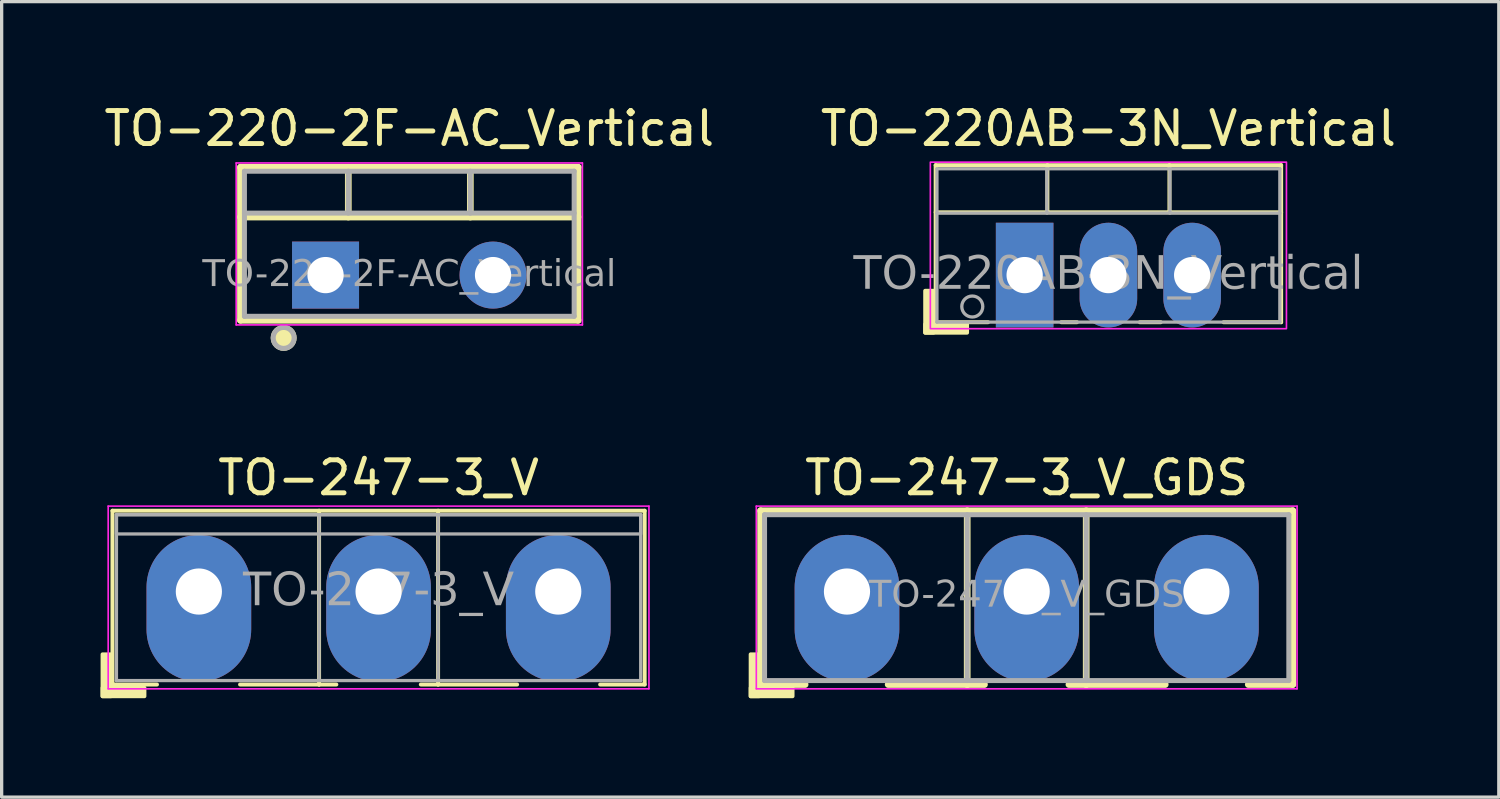
<source format=kicad_pcb>
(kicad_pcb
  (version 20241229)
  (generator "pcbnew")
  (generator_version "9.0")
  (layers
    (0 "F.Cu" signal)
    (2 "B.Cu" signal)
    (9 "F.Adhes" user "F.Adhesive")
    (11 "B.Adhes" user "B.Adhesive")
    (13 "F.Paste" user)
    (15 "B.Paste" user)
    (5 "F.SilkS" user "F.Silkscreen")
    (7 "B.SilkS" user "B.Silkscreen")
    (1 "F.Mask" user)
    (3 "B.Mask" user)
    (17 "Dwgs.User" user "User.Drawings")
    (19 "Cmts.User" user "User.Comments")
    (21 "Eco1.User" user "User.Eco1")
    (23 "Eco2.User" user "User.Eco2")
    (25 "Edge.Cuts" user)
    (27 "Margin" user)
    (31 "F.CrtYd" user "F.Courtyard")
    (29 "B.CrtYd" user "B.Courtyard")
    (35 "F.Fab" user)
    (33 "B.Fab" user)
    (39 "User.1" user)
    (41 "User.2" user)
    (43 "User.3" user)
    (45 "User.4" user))
  (footprint "TO-220-2F-AC_Vertical"
    (layer "F.Cu")
    (at 9.363 5.293)
    (property "Reference" "TO-220-2F-AC_Vertical" (at 0 -4.445 0) (layer "F.SilkS") (effects (font (size 1 1) (thickness 0.15))))
    (attr through_hole)
    (fp_line (start -5.12 -3.27) (end -5.12 1.371) (stroke (width 0.203) (type solid)) (layer "F.SilkS"))
    (fp_line (start -5.12 -3.27) (end 5.12 -3.27) (stroke (width 0.203) (type solid)) (layer "F.SilkS"))
    (fp_line (start -5.12 -1.76) (end 5.12 -1.76) (stroke (width 0.203) (type solid)) (layer "F.SilkS"))
    (fp_line (start -5.12 1.371) (end 5.12 1.371) (stroke (width 0.203) (type solid)) (layer "F.SilkS"))
    (fp_line (start -1.85 -3.27) (end -1.85 -1.76) (stroke (width 0.203) (type solid)) (layer "F.SilkS"))
    (fp_line (start 1.851 -3.27) (end 1.851 -1.76) (stroke (width 0.203) (type solid)) (layer "F.SilkS"))
    (fp_line (start 5.12 -3.27) (end 5.12 1.371) (stroke (width 0.203) (type solid)) (layer "F.SilkS"))
    (fp_circle (center -3.81 1.905) (end -3.493 1.905) (stroke (width 0.152) (type solid)) (fill yes) (layer "F.SilkS"))
    (fp_line (start -5.25 -3.4) (end -5.25 1.51) (stroke (width 0.05) (type solid)) (layer "F.CrtYd"))
    (fp_line (start -5.25 1.51) (end 5.25 1.51) (stroke (width 0.05) (type solid)) (layer "F.CrtYd"))
    (fp_line (start 5.25 -3.4) (end -5.25 -3.4) (stroke (width 0.05) (type solid)) (layer "F.CrtYd"))
    (fp_line (start 5.25 1.51) (end 5.25 -3.4) (stroke (width 0.05) (type solid)) (layer "F.CrtYd"))
    (fp_line (start -5 -3.15) (end -5 1.25) (stroke (width 0.152) (type solid)) (layer "F.Fab"))
    (fp_line (start -5 -1.88) (end 5 -1.88) (stroke (width 0.152) (type solid)) (layer "F.Fab"))
    (fp_line (start -5 1.25) (end 5 1.25) (stroke (width 0.152) (type solid)) (layer "F.Fab"))
    (fp_line (start -1.85 -3.15) (end -1.85 -1.88) (stroke (width 0.152) (type solid)) (layer "F.Fab"))
    (fp_line (start 1.85 -3.15) (end 1.85 -1.88) (stroke (width 0.152) (type solid)) (layer "F.Fab"))
    (fp_line (start 5 -3.15) (end -5 -3.15) (stroke (width 0.152) (type solid)) (layer "F.Fab"))
    (fp_line (start 5 1.25) (end 5 -3.15) (stroke (width 0.152) (type solid)) (layer "F.Fab"))
    (fp_circle (center -3.81 1.905) (end -3.493 1.905) (stroke (width 0.152) (type solid)) (fill no) (layer "F.Fab"))
    (fp_text user "${REFERENCE}" (at 0 0 0) (layer "F.Fab") (effects (font (face "Tahoma") (size 0.8 0.8) (thickness 0.12))))
    (pad "1" thru_hole rect (at -2.54 0 90) (size 2.032 2.032) (drill 1.1) (layers "*.Cu" "*.Mask"))
    (pad "2" thru_hole circle (at 2.54 0) (size 2.032 2.032) (drill 1.1) (layers "*.Cu" "*.Mask")))
  (footprint "TO-247-3_V_GDS"
    (layer "F.Cu")
    (at 28.087 14.89)
    (property "Reference" "TO-247-3_V_GDS" (at 0 -3.45 0) (layer "F.SilkS") (effects (font (size 1 1) (thickness 0.15))))
    (attr through_hole)
    (fp_line (start -8.07 -2.451) (end -8.07 2.82) (stroke (width 0.203) (type solid)) (layer "F.SilkS"))
    (fp_line (start -8.07 -2.451) (end 8.07 -2.451) (stroke (width 0.203) (type solid)) (layer "F.SilkS"))
    (fp_line (start -8.07 2.82) (end -6.72 2.82) (stroke (width 0.203) (type solid)) (layer "F.SilkS"))
    (fp_line (start -4.201 2.82) (end -1.804 2.82) (stroke (width 0.203) (type solid)) (layer "F.SilkS"))
    (fp_line (start -1.804 -2.451) (end -1.804 2.82) (stroke (width 0.203) (type solid)) (layer "F.SilkS"))
    (fp_line (start -1.28 2.82) (end -1.804 2.82) (stroke (width 0.203) (type solid)) (layer "F.SilkS"))
    (fp_line (start 1.281 2.82) (end 1.805 2.82) (stroke (width 0.203) (type solid)) (layer "F.SilkS"))
    (fp_line (start 1.805 -2.451) (end 1.805 2.82) (stroke (width 0.203) (type solid)) (layer "F.SilkS"))
    (fp_line (start 4.202 2.82) (end 1.805 2.82) (stroke (width 0.203) (type solid)) (layer "F.SilkS"))
    (fp_line (start 8.07 -2.451) (end 8.07 2.82) (stroke (width 0.203) (type solid)) (layer "F.SilkS"))
    (fp_line (start 8.07 2.82) (end 6.72 2.82) (stroke (width 0.203) (type solid)) (layer "F.SilkS"))
    (fp_rect (start -8.117 1.905) (end -8.371 3.175) (stroke (width 0.12) (type solid)) (fill yes) (layer "F.SilkS"))
    (fp_rect (start -7.101 3.175) (end -8.371 2.921) (stroke (width 0.12) (type solid)) (fill yes) (layer "F.SilkS"))
    (fp_line (start -8.2 -2.59) (end -8.2 2.95) (stroke (width 0.05) (type solid)) (layer "F.CrtYd"))
    (fp_line (start -8.2 2.95) (end 8.2 2.95) (stroke (width 0.05) (type solid)) (layer "F.CrtYd"))
    (fp_line (start 8.2 -2.59) (end -8.2 -2.59) (stroke (width 0.05) (type solid)) (layer "F.CrtYd"))
    (fp_line (start 8.2 2.95) (end 8.2 -2.59) (stroke (width 0.05) (type solid)) (layer "F.CrtYd"))
    (fp_line (start -7.95 -2.33) (end -7.95 2.7) (stroke (width 0.152) (type solid)) (layer "F.Fab"))
    (fp_line (start -7.95 2.7) (end 7.95 2.7) (stroke (width 0.152) (type solid)) (layer "F.Fab"))
    (fp_line (start -1.805 -2.33) (end -1.805 2.7) (stroke (width 0.152) (type solid)) (layer "F.Fab"))
    (fp_line (start 1.805 -2.33) (end 1.805 2.7) (stroke (width 0.152) (type solid)) (layer "F.Fab"))
    (fp_line (start 7.95 -2.33) (end -7.95 -2.33) (stroke (width 0.152) (type solid)) (layer "F.Fab"))
    (fp_line (start 7.95 2.7) (end 7.95 -2.33) (stroke (width 0.152) (type solid)) (layer "F.Fab"))
    (fp_text user "${REFERENCE}" (at 0 0.127 0) (layer "F.Fab") (effects (font (face "Tahoma") (size 0.8 0.8) (thickness 0.15))))
    (pad "D" thru_hole oval (at 0 0) (size 3.175 4.45) (drill 1.4 (offset 0 0.508)) (layers "*.Cu" "*.Mask"))
    (pad "G" thru_hole oval (at -5.45 0) (size 3.175 4.45) (drill 1.4 (offset 0 0.508)) (layers "*.Cu" "*.Mask"))
    (pad "S" thru_hole oval (at 5.45 0) (size 3.175 4.45) (drill 1.4 (offset 0 0.508)) (layers "*.Cu" "*.Mask")))
  (footprint "TO-247-3_V"
    (layer "F.Cu")
    (at 8.431 14.89)
    (property "Reference" "TO-247-3_V" (at 0 -3.45 0) (layer "F.SilkS") (effects (font (size 1 1) (thickness 0.15))))
    (attr through_hole)
    (fp_line (start -8.07 -2.451) (end -8.07 2.82) (stroke (width 0.12) (type solid)) (layer "F.SilkS"))
    (fp_line (start -8.07 -2.451) (end 8.07 -2.451) (stroke (width 0.12) (type solid)) (layer "F.SilkS"))
    (fp_line (start -8.07 2.82) (end -6.72 2.82) (stroke (width 0.12) (type solid)) (layer "F.SilkS"))
    (fp_line (start -4.201 2.82) (end -1.804 2.82) (stroke (width 0.12) (type solid)) (layer "F.SilkS"))
    (fp_line (start -1.804 -2.451) (end -1.804 2.82) (stroke (width 0.12) (type solid)) (layer "F.SilkS"))
    (fp_line (start -1.28 2.82) (end -1.804 2.82) (stroke (width 0.12) (type solid)) (layer "F.SilkS"))
    (fp_line (start 1.281 2.82) (end 1.805 2.82) (stroke (width 0.12) (type solid)) (layer "F.SilkS"))
    (fp_line (start 1.805 -2.451) (end 1.805 2.82) (stroke (width 0.12) (type solid)) (layer "F.SilkS"))
    (fp_line (start 4.202 2.82) (end 1.805 2.82) (stroke (width 0.12) (type solid)) (layer "F.SilkS"))
    (fp_line (start 8.07 -2.451) (end 8.07 2.82) (stroke (width 0.12) (type solid)) (layer "F.SilkS"))
    (fp_line (start 8.07 2.82) (end 6.72 2.82) (stroke (width 0.12) (type solid)) (layer "F.SilkS"))
    (fp_rect (start -8.117 1.905) (end -8.371 3.175) (stroke (width 0.12) (type solid)) (fill yes) (layer "F.SilkS"))
    (fp_rect (start -7.101 3.175) (end -8.371 2.921) (stroke (width 0.12) (type solid)) (fill yes) (layer "F.SilkS"))
    (fp_line (start -8.2 -2.59) (end -8.2 2.95) (stroke (width 0.05) (type solid)) (layer "F.CrtYd"))
    (fp_line (start -8.2 2.95) (end 8.2 2.95) (stroke (width 0.05) (type solid)) (layer "F.CrtYd"))
    (fp_line (start 8.2 -2.59) (end -8.2 -2.59) (stroke (width 0.05) (type solid)) (layer "F.CrtYd"))
    (fp_line (start 8.2 2.95) (end 8.2 -2.59) (stroke (width 0.05) (type solid)) (layer "F.CrtYd"))
    (fp_line (start -7.95 -2.33) (end -7.95 2.7) (stroke (width 0.1) (type solid)) (layer "F.Fab"))
    (fp_line (start -7.95 2.7) (end 7.95 2.7) (stroke (width 0.1) (type solid)) (layer "F.Fab"))
    (fp_line (start -1.805 -2.33) (end -1.805 2.7) (stroke (width 0.1) (type solid)) (layer "F.Fab"))
    (fp_line (start 1.805 -2.33) (end 1.805 2.7) (stroke (width 0.1) (type solid)) (layer "F.Fab"))
    (fp_line (start 7.95 -2.33) (end -7.95 -2.33) (stroke (width 0.1) (type solid)) (layer "F.Fab"))
    (fp_line (start 7.95 2.7) (end 7.95 -2.33) (stroke (width 0.1) (type solid)) (layer "F.Fab"))
    (fp_rect (start -7.95 -2.33) (end 7.95 -1.746) (stroke (width 0.1) (type default)) (fill no) (layer "F.Fab"))
    (fp_text user "${REFERENCE}" (at 0 0 0) (layer "F.Fab") (effects (font (face "Tahoma") (size 1 1) (thickness 0.15))))
    (pad "1" thru_hole oval (at -5.45 0) (size 3.175 4.45) (drill 1.4 (offset 0 0.508)) (layers "*.Cu" "*.Mask"))
    (pad "2" thru_hole oval (at 0 0) (size 3.175 4.45) (drill 1.4 (offset 0 0.508)) (layers "*.Cu" "*.Mask"))
    (pad "3" thru_hole oval (at 5.45 0) (size 3.175 4.45) (drill 1.4 (offset 0 0.508)) (layers "*.Cu" "*.Mask")))
  (footprint "TO-220AB-3N_Vertical"
    (layer "F.Cu")
    (at 30.565 5.293)
    (property "Reference" "TO-220AB-3N_Vertical" (at 0 -4.445 0) (layer "F.SilkS") (effects (font (size 1 1) (thickness 0.15))))
    (attr through_hole)
    (fp_line (start -5.239 -3.334) (end -5.239 1.429) (stroke (width 0.12) (type solid)) (layer "F.SilkS"))
    (fp_line (start -5.239 -3.334) (end 5.239 -3.334) (stroke (width 0.12) (type solid)) (layer "F.SilkS"))
    (fp_line (start -5.239 -1.905) (end 5.239 -1.905) (stroke (width 0.12) (type solid)) (layer "F.SilkS"))
    (fp_line (start -5.239 1.429) (end -3.651 1.429) (stroke (width 0.12) (type solid)) (layer "F.SilkS"))
    (fp_line (start -1.85 -3.334) (end -1.85 -1.905) (stroke (width 0.12) (type solid)) (layer "F.SilkS"))
    (fp_line (start -0.953 1.429) (end -1.429 1.429) (stroke (width 0.12) (type solid)) (layer "F.SilkS"))
    (fp_line (start 1.587 1.429) (end 0.953 1.429) (stroke (width 0.12) (type solid)) (layer "F.SilkS"))
    (fp_line (start 1.851 -3.334) (end 1.851 -1.905) (stroke (width 0.12) (type solid)) (layer "F.SilkS"))
    (fp_line (start 5.239 -3.334) (end 5.239 1.429) (stroke (width 0.12) (type solid)) (layer "F.SilkS"))
    (fp_line (start 5.239 1.429) (end 3.493 1.429) (stroke (width 0.12) (type solid)) (layer "F.SilkS"))
    (fp_rect (start -5.302 0.476) (end -5.556 1.746) (stroke (width 0.12) (type solid)) (fill yes) (layer "F.SilkS"))
    (fp_rect (start -4.286 1.746) (end -5.556 1.492) (stroke (width 0.12) (type solid)) (fill yes) (layer "F.SilkS"))
    (fp_rect (start -5.4 -3.425) (end 5.4 1.625) (stroke (width 0.05) (type default)) (fill no) (layer "F.CrtYd"))
    (fp_line (start -5.2 -3.225) (end -5.2 1.425) (stroke (width 0.1) (type solid)) (layer "F.Fab"))
    (fp_line (start -5.2 -1.88) (end 5.2 -1.88) (stroke (width 0.1) (type solid)) (layer "F.Fab"))
    (fp_line (start -5.2 1.425) (end 5.2 1.425) (stroke (width 0.1) (type solid)) (layer "F.Fab"))
    (fp_line (start -1.865 -3.225) (end -1.865 -1.88) (stroke (width 0.1) (type solid)) (layer "F.Fab"))
    (fp_line (start 1.865 -3.225) (end 1.865 -1.88) (stroke (width 0.1) (type solid)) (layer "F.Fab"))
    (fp_line (start 5.2 -3.225) (end -5.2 -3.225) (stroke (width 0.1) (type solid)) (layer "F.Fab"))
    (fp_line (start 5.2 1.425) (end 5.2 -3.225) (stroke (width 0.1) (type solid)) (layer "F.Fab"))
    (fp_circle (center -4.128 0.953) (end -3.81 0.953) (stroke (width 0.1) (type solid)) (fill no) (layer "F.Fab"))
    (fp_text user "${REFERENCE}" (at 0 0 0) (layer "F.Fab") (effects (font (face "Tahoma") (size 1 1) (thickness 0.15))))
    (pad "1" thru_hole rect (at -2.54 0) (size 1.746 3.175) (drill 1.1) (layers "*.Cu" "*.Mask"))
    (pad "2" thru_hole oval (at 0 0) (size 1.746 3.175) (drill 1.1) (layers "*.Cu" "*.Mask"))
    (pad "3" thru_hole oval (at 2.54 0) (size 1.746 3.175) (drill 1.1) (layers "*.Cu" "*.Mask")))
  (gr_rect
    (start -3 -3)
    (end 42.405 21.125)
    (stroke (width 0.1) (type default))
    (fill no)
    (layer "Edge.Cuts")))
</source>
